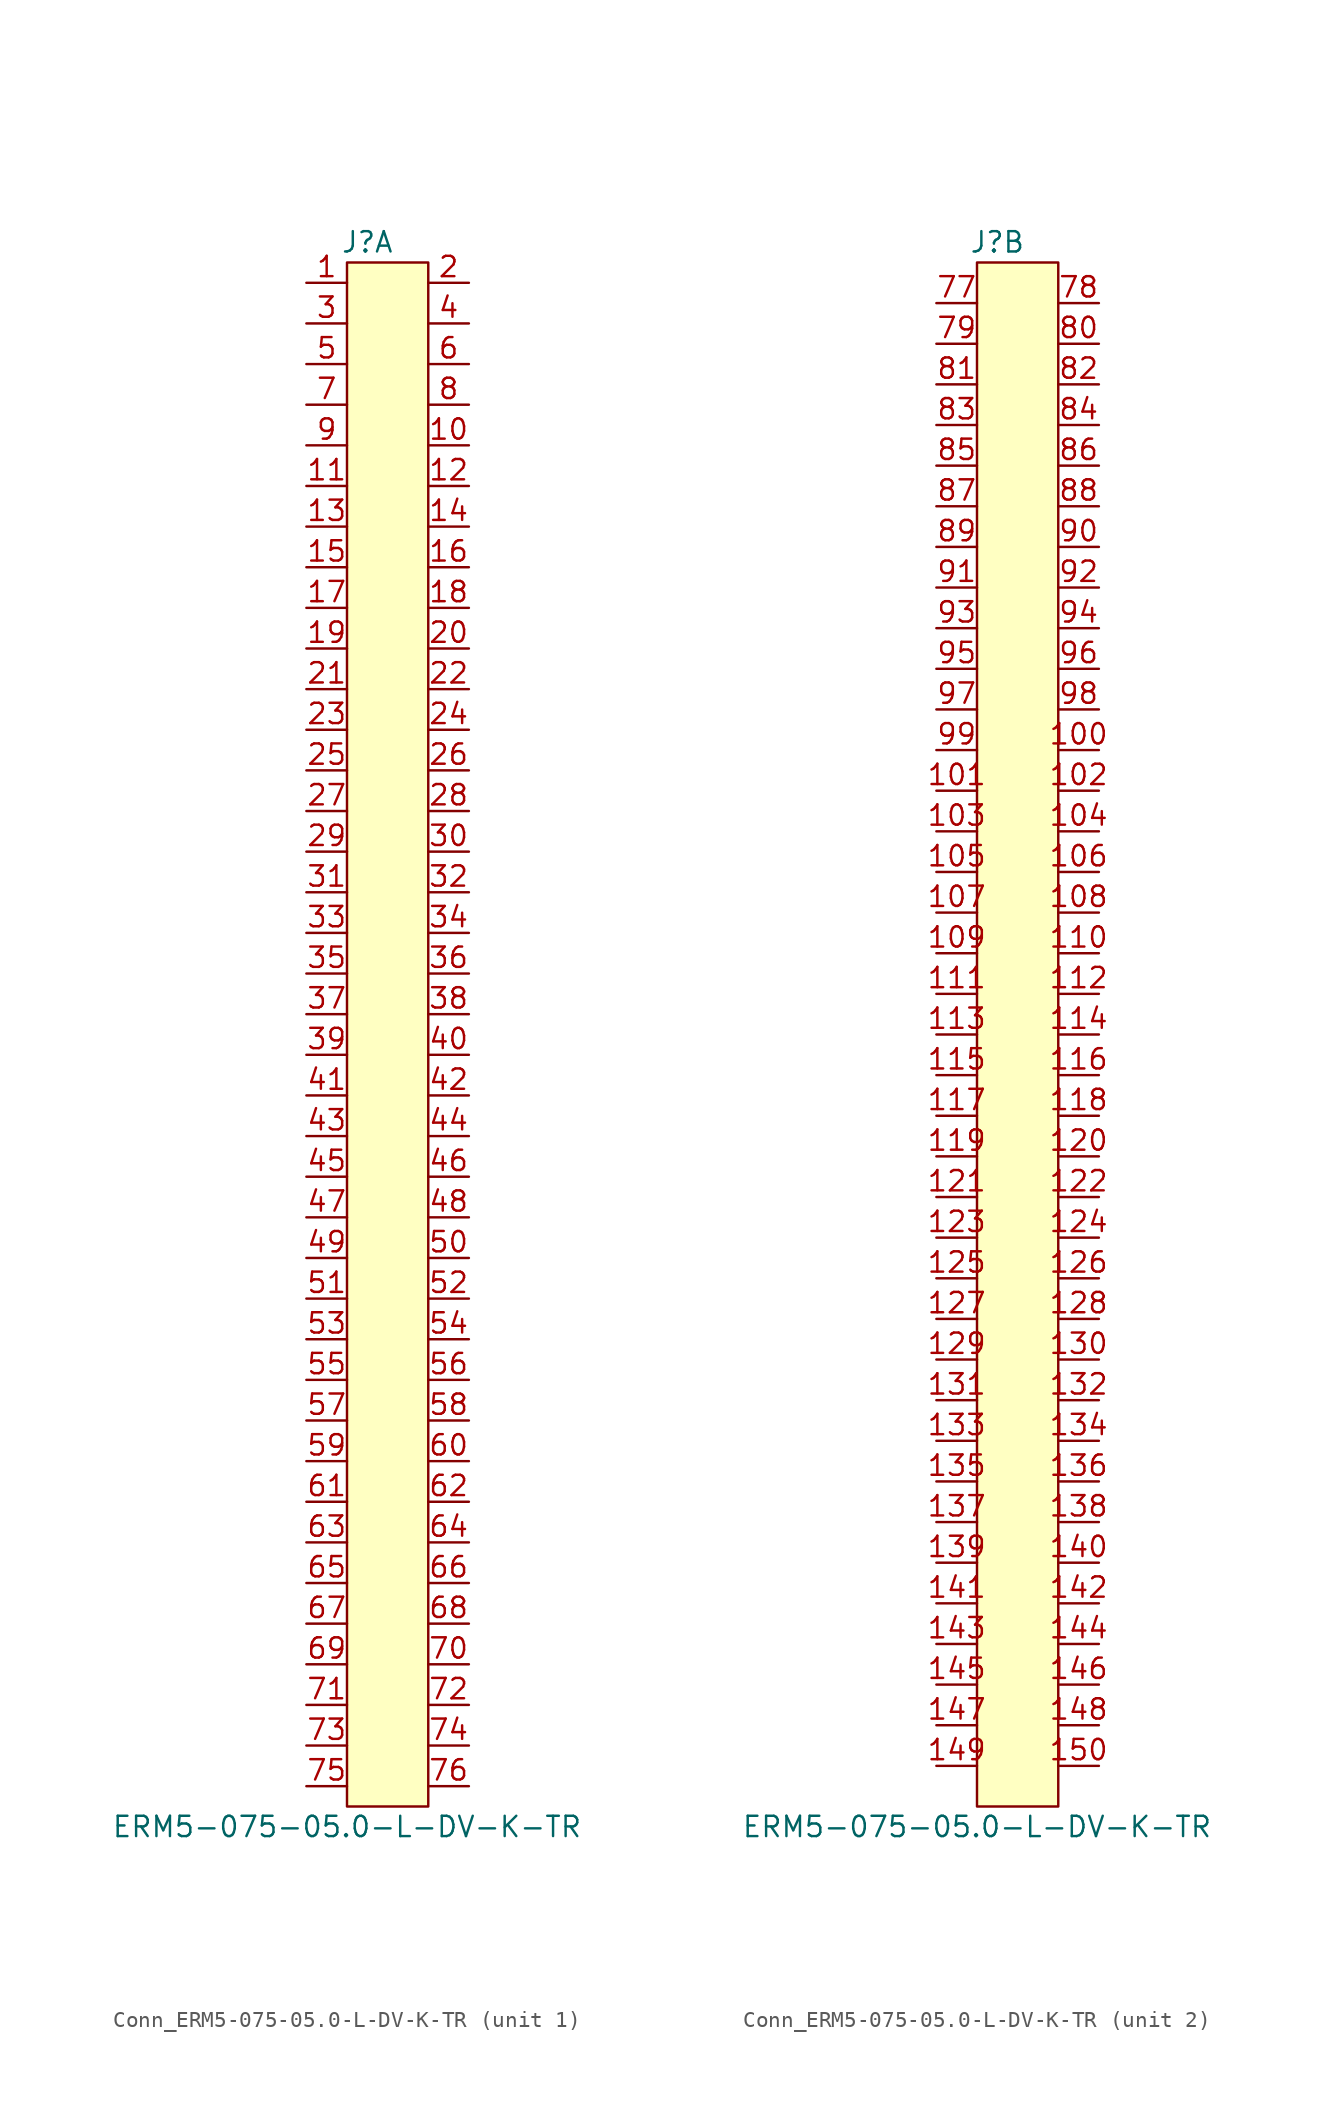
<source format=kicad_sym>
(kicad_symbol_lib
  (version 20220914)
  (generator kicad_symbol_editor)
  (symbol "Conn_ERM5-075-05.0-L-DV-K-TR"
    (pin_names hide)
    (property "Reference" "J"
      (at -1.27 52.07 0)
      (effects (font (size 1.27 1.27))))
    (property "Value" "ERM5-075-05.0-L-DV-K-TR"
      (at -2.54 -46.99 0)
      (effects (font (size 1.27 1.27))))
    (property "ki_locked" ""
      (at 0 0 0)
      (effects (font (size 1.27 1.27))))
    (symbol "Conn_ERM5-075-05.0-L-DV-K-TR_1_1"
      (rectangle (start -2.54 50.8) (end 2.54 -45.72) (stroke (width 0) (type default)) (fill (type background)))
      (pin passive line (at -5.08 49.53 0) (length 2.54) (name "1" (effects (font (size 1.27 1.27)))) (number "1" (effects (font (size 1.27 1.27)))))
      (pin passive line (at 5.08 39.37 180) (length 2.54) (name "10" (effects (font (size 1.27 1.27)))) (number "10" (effects (font (size 1.27 1.27)))))
      (pin passive line (at -5.08 36.83 0) (length 2.54) (name "11" (effects (font (size 1.27 1.27)))) (number "11" (effects (font (size 1.27 1.27)))))
      (pin passive line (at 5.08 36.83 180) (length 2.54) (name "12" (effects (font (size 1.27 1.27)))) (number "12" (effects (font (size 1.27 1.27)))))
      (pin passive line (at -5.08 34.29 0) (length 2.54) (name "13" (effects (font (size 1.27 1.27)))) (number "13" (effects (font (size 1.27 1.27)))))
      (pin passive line (at 5.08 34.29 180) (length 2.54) (name "14" (effects (font (size 1.27 1.27)))) (number "14" (effects (font (size 1.27 1.27)))))
      (pin passive line (at -5.08 31.75 0) (length 2.54) (name "15" (effects (font (size 1.27 1.27)))) (number "15" (effects (font (size 1.27 1.27)))))
      (pin passive line (at 5.08 31.75 180) (length 2.54) (name "16" (effects (font (size 1.27 1.27)))) (number "16" (effects (font (size 1.27 1.27)))))
      (pin passive line (at -5.08 29.21 0) (length 2.54) (name "17" (effects (font (size 1.27 1.27)))) (number "17" (effects (font (size 1.27 1.27)))))
      (pin passive line (at 5.08 29.21 180) (length 2.54) (name "18" (effects (font (size 1.27 1.27)))) (number "18" (effects (font (size 1.27 1.27)))))
      (pin passive line (at -5.08 26.67 0) (length 2.54) (name "19" (effects (font (size 1.27 1.27)))) (number "19" (effects (font (size 1.27 1.27)))))
      (pin passive line (at 5.08 49.53 180) (length 2.54) (name "2" (effects (font (size 1.27 1.27)))) (number "2" (effects (font (size 1.27 1.27)))))
      (pin passive line (at 5.08 26.67 180) (length 2.54) (name "20" (effects (font (size 1.27 1.27)))) (number "20" (effects (font (size 1.27 1.27)))))
      (pin passive line (at -5.08 24.13 0) (length 2.54) (name "21" (effects (font (size 1.27 1.27)))) (number "21" (effects (font (size 1.27 1.27)))))
      (pin passive line (at 5.08 24.13 180) (length 2.54) (name "22" (effects (font (size 1.27 1.27)))) (number "22" (effects (font (size 1.27 1.27)))))
      (pin passive line (at -5.08 21.59 0) (length 2.54) (name "23" (effects (font (size 1.27 1.27)))) (number "23" (effects (font (size 1.27 1.27)))))
      (pin passive line (at 5.08 21.59 180) (length 2.54) (name "24" (effects (font (size 1.27 1.27)))) (number "24" (effects (font (size 1.27 1.27)))))
      (pin passive line (at -5.08 19.05 0) (length 2.54) (name "25" (effects (font (size 1.27 1.27)))) (number "25" (effects (font (size 1.27 1.27)))))
      (pin passive line (at 5.08 19.05 180) (length 2.54) (name "26" (effects (font (size 1.27 1.27)))) (number "26" (effects (font (size 1.27 1.27)))))
      (pin passive line (at -5.08 16.51 0) (length 2.54) (name "27" (effects (font (size 1.27 1.27)))) (number "27" (effects (font (size 1.27 1.27)))))
      (pin passive line (at 5.08 16.51 180) (length 2.54) (name "28" (effects (font (size 1.27 1.27)))) (number "28" (effects (font (size 1.27 1.27)))))
      (pin passive line (at -5.08 13.97 0) (length 2.54) (name "29" (effects (font (size 1.27 1.27)))) (number "29" (effects (font (size 1.27 1.27)))))
      (pin passive line (at -5.08 46.99 0) (length 2.54) (name "3" (effects (font (size 1.27 1.27)))) (number "3" (effects (font (size 1.27 1.27)))))
      (pin passive line (at 5.08 13.97 180) (length 2.54) (name "30" (effects (font (size 1.27 1.27)))) (number "30" (effects (font (size 1.27 1.27)))))
      (pin passive line (at -5.08 11.43 0) (length 2.54) (name "31" (effects (font (size 1.27 1.27)))) (number "31" (effects (font (size 1.27 1.27)))))
      (pin passive line (at 5.08 11.43 180) (length 2.54) (name "32" (effects (font (size 1.27 1.27)))) (number "32" (effects (font (size 1.27 1.27)))))
      (pin passive line (at -5.08 8.89 0) (length 2.54) (name "33" (effects (font (size 1.27 1.27)))) (number "33" (effects (font (size 1.27 1.27)))))
      (pin passive line (at 5.08 8.89 180) (length 2.54) (name "34" (effects (font (size 1.27 1.27)))) (number "34" (effects (font (size 1.27 1.27)))))
      (pin passive line (at -5.08 6.35 0) (length 2.54) (name "35" (effects (font (size 1.27 1.27)))) (number "35" (effects (font (size 1.27 1.27)))))
      (pin passive line (at 5.08 6.35 180) (length 2.54) (name "36" (effects (font (size 1.27 1.27)))) (number "36" (effects (font (size 1.27 1.27)))))
      (pin passive line (at -5.08 3.81 0) (length 2.54) (name "37" (effects (font (size 1.27 1.27)))) (number "37" (effects (font (size 1.27 1.27)))))
      (pin passive line (at 5.08 3.81 180) (length 2.54) (name "38" (effects (font (size 1.27 1.27)))) (number "38" (effects (font (size 1.27 1.27)))))
      (pin passive line (at -5.08 1.27 0) (length 2.54) (name "39" (effects (font (size 1.27 1.27)))) (number "39" (effects (font (size 1.27 1.27)))))
      (pin passive line (at 5.08 46.99 180) (length 2.54) (name "4" (effects (font (size 1.27 1.27)))) (number "4" (effects (font (size 1.27 1.27)))))
      (pin passive line (at 5.08 1.27 180) (length 2.54) (name "40" (effects (font (size 1.27 1.27)))) (number "40" (effects (font (size 1.27 1.27)))))
      (pin passive line (at -5.08 -1.27 0) (length 2.54) (name "41" (effects (font (size 1.27 1.27)))) (number "41" (effects (font (size 1.27 1.27)))))
      (pin passive line (at 5.08 -1.27 180) (length 2.54) (name "42" (effects (font (size 1.27 1.27)))) (number "42" (effects (font (size 1.27 1.27)))))
      (pin passive line (at -5.08 -3.81 0) (length 2.54) (name "43" (effects (font (size 1.27 1.27)))) (number "43" (effects (font (size 1.27 1.27)))))
      (pin passive line (at 5.08 -3.81 180) (length 2.54) (name "44" (effects (font (size 1.27 1.27)))) (number "44" (effects (font (size 1.27 1.27)))))
      (pin passive line (at -5.08 -6.35 0) (length 2.54) (name "45" (effects (font (size 1.27 1.27)))) (number "45" (effects (font (size 1.27 1.27)))))
      (pin passive line (at 5.08 -6.35 180) (length 2.54) (name "46" (effects (font (size 1.27 1.27)))) (number "46" (effects (font (size 1.27 1.27)))))
      (pin passive line (at -5.08 -8.89 0) (length 2.54) (name "47" (effects (font (size 1.27 1.27)))) (number "47" (effects (font (size 1.27 1.27)))))
      (pin passive line (at 5.08 -8.89 180) (length 2.54) (name "48" (effects (font (size 1.27 1.27)))) (number "48" (effects (font (size 1.27 1.27)))))
      (pin passive line (at -5.08 -11.43 0) (length 2.54) (name "49" (effects (font (size 1.27 1.27)))) (number "49" (effects (font (size 1.27 1.27)))))
      (pin passive line (at -5.08 44.45 0) (length 2.54) (name "5" (effects (font (size 1.27 1.27)))) (number "5" (effects (font (size 1.27 1.27)))))
      (pin passive line (at 5.08 -11.43 180) (length 2.54) (name "50" (effects (font (size 1.27 1.27)))) (number "50" (effects (font (size 1.27 1.27)))))
      (pin passive line (at -5.08 -13.97 0) (length 2.54) (name "51" (effects (font (size 1.27 1.27)))) (number "51" (effects (font (size 1.27 1.27)))))
      (pin passive line (at 5.08 -13.97 180) (length 2.54) (name "52" (effects (font (size 1.27 1.27)))) (number "52" (effects (font (size 1.27 1.27)))))
      (pin passive line (at -5.08 -16.51 0) (length 2.54) (name "53" (effects (font (size 1.27 1.27)))) (number "53" (effects (font (size 1.27 1.27)))))
      (pin passive line (at 5.08 -16.51 180) (length 2.54) (name "54" (effects (font (size 1.27 1.27)))) (number "54" (effects (font (size 1.27 1.27)))))
      (pin passive line (at -5.08 -19.05 0) (length 2.54) (name "55" (effects (font (size 1.27 1.27)))) (number "55" (effects (font (size 1.27 1.27)))))
      (pin passive line (at 5.08 -19.05 180) (length 2.54) (name "56" (effects (font (size 1.27 1.27)))) (number "56" (effects (font (size 1.27 1.27)))))
      (pin passive line (at -5.08 -21.59 0) (length 2.54) (name "57" (effects (font (size 1.27 1.27)))) (number "57" (effects (font (size 1.27 1.27)))))
      (pin passive line (at 5.08 -21.59 180) (length 2.54) (name "58" (effects (font (size 1.27 1.27)))) (number "58" (effects (font (size 1.27 1.27)))))
      (pin passive line (at -5.08 -24.13 0) (length 2.54) (name "59" (effects (font (size 1.27 1.27)))) (number "59" (effects (font (size 1.27 1.27)))))
      (pin passive line (at 5.08 44.45 180) (length 2.54) (name "6" (effects (font (size 1.27 1.27)))) (number "6" (effects (font (size 1.27 1.27)))))
      (pin passive line (at 5.08 -24.13 180) (length 2.54) (name "60" (effects (font (size 1.27 1.27)))) (number "60" (effects (font (size 1.27 1.27)))))
      (pin passive line (at -5.08 -26.67 0) (length 2.54) (name "61" (effects (font (size 1.27 1.27)))) (number "61" (effects (font (size 1.27 1.27)))))
      (pin passive line (at 5.08 -26.67 180) (length 2.54) (name "62" (effects (font (size 1.27 1.27)))) (number "62" (effects (font (size 1.27 1.27)))))
      (pin passive line (at -5.08 -29.21 0) (length 2.54) (name "63" (effects (font (size 1.27 1.27)))) (number "63" (effects (font (size 1.27 1.27)))))
      (pin passive line (at 5.08 -29.21 180) (length 2.54) (name "64" (effects (font (size 1.27 1.27)))) (number "64" (effects (font (size 1.27 1.27)))))
      (pin passive line (at -5.08 -31.75 0) (length 2.54) (name "65" (effects (font (size 1.27 1.27)))) (number "65" (effects (font (size 1.27 1.27)))))
      (pin passive line (at 5.08 -31.75 180) (length 2.54) (name "66" (effects (font (size 1.27 1.27)))) (number "66" (effects (font (size 1.27 1.27)))))
      (pin passive line (at -5.08 -34.29 0) (length 2.54) (name "67" (effects (font (size 1.27 1.27)))) (number "67" (effects (font (size 1.27 1.27)))))
      (pin passive line (at 5.08 -34.29 180) (length 2.54) (name "68" (effects (font (size 1.27 1.27)))) (number "68" (effects (font (size 1.27 1.27)))))
      (pin passive line (at -5.08 -36.83 0) (length 2.54) (name "69" (effects (font (size 1.27 1.27)))) (number "69" (effects (font (size 1.27 1.27)))))
      (pin passive line (at -5.08 41.91 0) (length 2.54) (name "7" (effects (font (size 1.27 1.27)))) (number "7" (effects (font (size 1.27 1.27)))))
      (pin passive line (at 5.08 -36.83 180) (length 2.54) (name "70" (effects (font (size 1.27 1.27)))) (number "70" (effects (font (size 1.27 1.27)))))
      (pin passive line (at -5.08 -39.37 0) (length 2.54) (name "71" (effects (font (size 1.27 1.27)))) (number "71" (effects (font (size 1.27 1.27)))))
      (pin passive line (at 5.08 -39.37 180) (length 2.54) (name "72" (effects (font (size 1.27 1.27)))) (number "72" (effects (font (size 1.27 1.27)))))
      (pin passive line (at -5.08 -41.91 0) (length 2.54) (name "73" (effects (font (size 1.27 1.27)))) (number "73" (effects (font (size 1.27 1.27)))))
      (pin passive line (at 5.08 -41.91 180) (length 2.54) (name "74" (effects (font (size 1.27 1.27)))) (number "74" (effects (font (size 1.27 1.27)))))
      (pin passive line (at -5.08 -44.45 0) (length 2.54) (name "75" (effects (font (size 1.27 1.27)))) (number "75" (effects (font (size 1.27 1.27)))))
      (pin passive line (at 5.08 -44.45 180) (length 2.54) (name "76" (effects (font (size 1.27 1.27)))) (number "76" (effects (font (size 1.27 1.27)))))
      (pin passive line (at 5.08 41.91 180) (length 2.54) (name "8" (effects (font (size 1.27 1.27)))) (number "8" (effects (font (size 1.27 1.27)))))
      (pin passive line (at -5.08 39.37 0) (length 2.54) (name "9" (effects (font (size 1.27 1.27)))) (number "9" (effects (font (size 1.27 1.27))))))
    (symbol "Conn_ERM5-075-05.0-L-DV-K-TR_2_1"
      (rectangle (start -2.54 50.8) (end 2.54 -45.72) (stroke (width 0) (type default)) (fill (type background)))
      (pin passive line (at 5.08 20.32 180) (length 2.54) (name "100" (effects (font (size 1.27 1.27)))) (number "100" (effects (font (size 1.27 1.27)))))
      (pin passive line (at -5.08 17.78 0) (length 2.54) (name "101" (effects (font (size 1.27 1.27)))) (number "101" (effects (font (size 1.27 1.27)))))
      (pin passive line (at 5.08 17.78 180) (length 2.54) (name "102" (effects (font (size 1.27 1.27)))) (number "102" (effects (font (size 1.27 1.27)))))
      (pin passive line (at -5.08 15.24 0) (length 2.54) (name "103" (effects (font (size 1.27 1.27)))) (number "103" (effects (font (size 1.27 1.27)))))
      (pin passive line (at 5.08 15.24 180) (length 2.54) (name "104" (effects (font (size 1.27 1.27)))) (number "104" (effects (font (size 1.27 1.27)))))
      (pin passive line (at -5.08 12.7 0) (length 2.54) (name "105" (effects (font (size 1.27 1.27)))) (number "105" (effects (font (size 1.27 1.27)))))
      (pin passive line (at 5.08 12.7 180) (length 2.54) (name "106" (effects (font (size 1.27 1.27)))) (number "106" (effects (font (size 1.27 1.27)))))
      (pin passive line (at -5.08 10.16 0) (length 2.54) (name "107" (effects (font (size 1.27 1.27)))) (number "107" (effects (font (size 1.27 1.27)))))
      (pin passive line (at 5.08 10.16 180) (length 2.54) (name "108" (effects (font (size 1.27 1.27)))) (number "108" (effects (font (size 1.27 1.27)))))
      (pin passive line (at -5.08 7.62 0) (length 2.54) (name "109" (effects (font (size 1.27 1.27)))) (number "109" (effects (font (size 1.27 1.27)))))
      (pin passive line (at 5.08 7.62 180) (length 2.54) (name "110" (effects (font (size 1.27 1.27)))) (number "110" (effects (font (size 1.27 1.27)))))
      (pin passive line (at -5.08 5.08 0) (length 2.54) (name "111" (effects (font (size 1.27 1.27)))) (number "111" (effects (font (size 1.27 1.27)))))
      (pin passive line (at 5.08 5.08 180) (length 2.54) (name "112" (effects (font (size 1.27 1.27)))) (number "112" (effects (font (size 1.27 1.27)))))
      (pin passive line (at -5.08 2.54 0) (length 2.54) (name "113" (effects (font (size 1.27 1.27)))) (number "113" (effects (font (size 1.27 1.27)))))
      (pin passive line (at 5.08 2.54 180) (length 2.54) (name "114" (effects (font (size 1.27 1.27)))) (number "114" (effects (font (size 1.27 1.27)))))
      (pin passive line (at -5.08 0 0) (length 2.54) (name "115" (effects (font (size 1.27 1.27)))) (number "115" (effects (font (size 1.27 1.27)))))
      (pin passive line (at 5.08 0 180) (length 2.54) (name "116" (effects (font (size 1.27 1.27)))) (number "116" (effects (font (size 1.27 1.27)))))
      (pin passive line (at -5.08 -2.54 0) (length 2.54) (name "117" (effects (font (size 1.27 1.27)))) (number "117" (effects (font (size 1.27 1.27)))))
      (pin passive line (at 5.08 -2.54 180) (length 2.54) (name "118" (effects (font (size 1.27 1.27)))) (number "118" (effects (font (size 1.27 1.27)))))
      (pin passive line (at -5.08 -5.08 0) (length 2.54) (name "119" (effects (font (size 1.27 1.27)))) (number "119" (effects (font (size 1.27 1.27)))))
      (pin passive line (at 5.08 -5.08 180) (length 2.54) (name "120" (effects (font (size 1.27 1.27)))) (number "120" (effects (font (size 1.27 1.27)))))
      (pin passive line (at -5.08 -7.62 0) (length 2.54) (name "121" (effects (font (size 1.27 1.27)))) (number "121" (effects (font (size 1.27 1.27)))))
      (pin passive line (at 5.08 -7.62 180) (length 2.54) (name "122" (effects (font (size 1.27 1.27)))) (number "122" (effects (font (size 1.27 1.27)))))
      (pin passive line (at -5.08 -10.16 0) (length 2.54) (name "123" (effects (font (size 1.27 1.27)))) (number "123" (effects (font (size 1.27 1.27)))))
      (pin passive line (at 5.08 -10.16 180) (length 2.54) (name "124" (effects (font (size 1.27 1.27)))) (number "124" (effects (font (size 1.27 1.27)))))
      (pin passive line (at -5.08 -12.7 0) (length 2.54) (name "125" (effects (font (size 1.27 1.27)))) (number "125" (effects (font (size 1.27 1.27)))))
      (pin passive line (at 5.08 -12.7 180) (length 2.54) (name "126" (effects (font (size 1.27 1.27)))) (number "126" (effects (font (size 1.27 1.27)))))
      (pin passive line (at -5.08 -15.24 0) (length 2.54) (name "127" (effects (font (size 1.27 1.27)))) (number "127" (effects (font (size 1.27 1.27)))))
      (pin passive line (at 5.08 -15.24 180) (length 2.54) (name "128" (effects (font (size 1.27 1.27)))) (number "128" (effects (font (size 1.27 1.27)))))
      (pin passive line (at -5.08 -17.78 0) (length 2.54) (name "129" (effects (font (size 1.27 1.27)))) (number "129" (effects (font (size 1.27 1.27)))))
      (pin passive line (at 5.08 -17.78 180) (length 2.54) (name "130" (effects (font (size 1.27 1.27)))) (number "130" (effects (font (size 1.27 1.27)))))
      (pin passive line (at -5.08 -20.32 0) (length 2.54) (name "131" (effects (font (size 1.27 1.27)))) (number "131" (effects (font (size 1.27 1.27)))))
      (pin passive line (at 5.08 -20.32 180) (length 2.54) (name "132" (effects (font (size 1.27 1.27)))) (number "132" (effects (font (size 1.27 1.27)))))
      (pin passive line (at -5.08 -22.86 0) (length 2.54) (name "133" (effects (font (size 1.27 1.27)))) (number "133" (effects (font (size 1.27 1.27)))))
      (pin passive line (at 5.08 -22.86 180) (length 2.54) (name "134" (effects (font (size 1.27 1.27)))) (number "134" (effects (font (size 1.27 1.27)))))
      (pin passive line (at -5.08 -25.4 0) (length 2.54) (name "135" (effects (font (size 1.27 1.27)))) (number "135" (effects (font (size 1.27 1.27)))))
      (pin passive line (at 5.08 -25.4 180) (length 2.54) (name "136" (effects (font (size 1.27 1.27)))) (number "136" (effects (font (size 1.27 1.27)))))
      (pin passive line (at -5.08 -27.94 0) (length 2.54) (name "137" (effects (font (size 1.27 1.27)))) (number "137" (effects (font (size 1.27 1.27)))))
      (pin passive line (at 5.08 -27.94 180) (length 2.54) (name "138" (effects (font (size 1.27 1.27)))) (number "138" (effects (font (size 1.27 1.27)))))
      (pin passive line (at -5.08 -30.48 0) (length 2.54) (name "139" (effects (font (size 1.27 1.27)))) (number "139" (effects (font (size 1.27 1.27)))))
      (pin passive line (at 5.08 -30.48 180) (length 2.54) (name "140" (effects (font (size 1.27 1.27)))) (number "140" (effects (font (size 1.27 1.27)))))
      (pin passive line (at -5.08 -33.02 0) (length 2.54) (name "141" (effects (font (size 1.27 1.27)))) (number "141" (effects (font (size 1.27 1.27)))))
      (pin passive line (at 5.08 -33.02 180) (length 2.54) (name "142" (effects (font (size 1.27 1.27)))) (number "142" (effects (font (size 1.27 1.27)))))
      (pin passive line (at -5.08 -35.56 0) (length 2.54) (name "143" (effects (font (size 1.27 1.27)))) (number "143" (effects (font (size 1.27 1.27)))))
      (pin passive line (at 5.08 -35.56 180) (length 2.54) (name "144" (effects (font (size 1.27 1.27)))) (number "144" (effects (font (size 1.27 1.27)))))
      (pin passive line (at -5.08 -38.1 0) (length 2.54) (name "145" (effects (font (size 1.27 1.27)))) (number "145" (effects (font (size 1.27 1.27)))))
      (pin passive line (at 5.08 -38.1 180) (length 2.54) (name "146" (effects (font (size 1.27 1.27)))) (number "146" (effects (font (size 1.27 1.27)))))
      (pin passive line (at -5.08 -40.64 0) (length 2.54) (name "147" (effects (font (size 1.27 1.27)))) (number "147" (effects (font (size 1.27 1.27)))))
      (pin passive line (at 5.08 -40.64 180) (length 2.54) (name "148" (effects (font (size 1.27 1.27)))) (number "148" (effects (font (size 1.27 1.27)))))
      (pin passive line (at -5.08 -43.18 0) (length 2.54) (name "149" (effects (font (size 1.27 1.27)))) (number "149" (effects (font (size 1.27 1.27)))))
      (pin passive line (at 5.08 -43.18 180) (length 2.54) (name "150" (effects (font (size 1.27 1.27)))) (number "150" (effects (font (size 1.27 1.27)))))
      (pin passive line (at -5.08 48.26 0) (length 2.54) (name "77" (effects (font (size 1.27 1.27)))) (number "77" (effects (font (size 1.27 1.27)))))
      (pin passive line (at 5.08 48.26 180) (length 2.54) (name "78" (effects (font (size 1.27 1.27)))) (number "78" (effects (font (size 1.27 1.27)))))
      (pin passive line (at -5.08 45.72 0) (length 2.54) (name "79" (effects (font (size 1.27 1.27)))) (number "79" (effects (font (size 1.27 1.27)))))
      (pin passive line (at 5.08 45.72 180) (length 2.54) (name "80" (effects (font (size 1.27 1.27)))) (number "80" (effects (font (size 1.27 1.27)))))
      (pin passive line (at -5.08 43.18 0) (length 2.54) (name "81" (effects (font (size 1.27 1.27)))) (number "81" (effects (font (size 1.27 1.27)))))
      (pin passive line (at 5.08 43.18 180) (length 2.54) (name "82" (effects (font (size 1.27 1.27)))) (number "82" (effects (font (size 1.27 1.27)))))
      (pin passive line (at -5.08 40.64 0) (length 2.54) (name "83" (effects (font (size 1.27 1.27)))) (number "83" (effects (font (size 1.27 1.27)))))
      (pin passive line (at 5.08 40.64 180) (length 2.54) (name "84" (effects (font (size 1.27 1.27)))) (number "84" (effects (font (size 1.27 1.27)))))
      (pin passive line (at -5.08 38.1 0) (length 2.54) (name "85" (effects (font (size 1.27 1.27)))) (number "85" (effects (font (size 1.27 1.27)))))
      (pin passive line (at 5.08 38.1 180) (length 2.54) (name "86" (effects (font (size 1.27 1.27)))) (number "86" (effects (font (size 1.27 1.27)))))
      (pin passive line (at -5.08 35.56 0) (length 2.54) (name "87" (effects (font (size 1.27 1.27)))) (number "87" (effects (font (size 1.27 1.27)))))
      (pin passive line (at 5.08 35.56 180) (length 2.54) (name "88" (effects (font (size 1.27 1.27)))) (number "88" (effects (font (size 1.27 1.27)))))
      (pin passive line (at -5.08 33.02 0) (length 2.54) (name "89" (effects (font (size 1.27 1.27)))) (number "89" (effects (font (size 1.27 1.27)))))
      (pin passive line (at 5.08 33.02 180) (length 2.54) (name "90" (effects (font (size 1.27 1.27)))) (number "90" (effects (font (size 1.27 1.27)))))
      (pin passive line (at -5.08 30.48 0) (length 2.54) (name "91" (effects (font (size 1.27 1.27)))) (number "91" (effects (font (size 1.27 1.27)))))
      (pin passive line (at 5.08 30.48 180) (length 2.54) (name "92" (effects (font (size 1.27 1.27)))) (number "92" (effects (font (size 1.27 1.27)))))
      (pin passive line (at -5.08 27.94 0) (length 2.54) (name "93" (effects (font (size 1.27 1.27)))) (number "93" (effects (font (size 1.27 1.27)))))
      (pin passive line (at 5.08 27.94 180) (length 2.54) (name "94" (effects (font (size 1.27 1.27)))) (number "94" (effects (font (size 1.27 1.27)))))
      (pin passive line (at -5.08 25.4 0) (length 2.54) (name "95" (effects (font (size 1.27 1.27)))) (number "95" (effects (font (size 1.27 1.27)))))
      (pin passive line (at 5.08 25.4 180) (length 2.54) (name "96" (effects (font (size 1.27 1.27)))) (number "96" (effects (font (size 1.27 1.27)))))
      (pin passive line (at -5.08 22.86 0) (length 2.54) (name "97" (effects (font (size 1.27 1.27)))) (number "97" (effects (font (size 1.27 1.27)))))
      (pin passive line (at 5.08 22.86 180) (length 2.54) (name "98" (effects (font (size 1.27 1.27)))) (number "98" (effects (font (size 1.27 1.27)))))
      (pin passive line (at -5.08 20.32 0) (length 2.54) (name "99" (effects (font (size 1.27 1.27)))) (number "99" (effects (font (size 1.27 1.27))))))))
</source>
